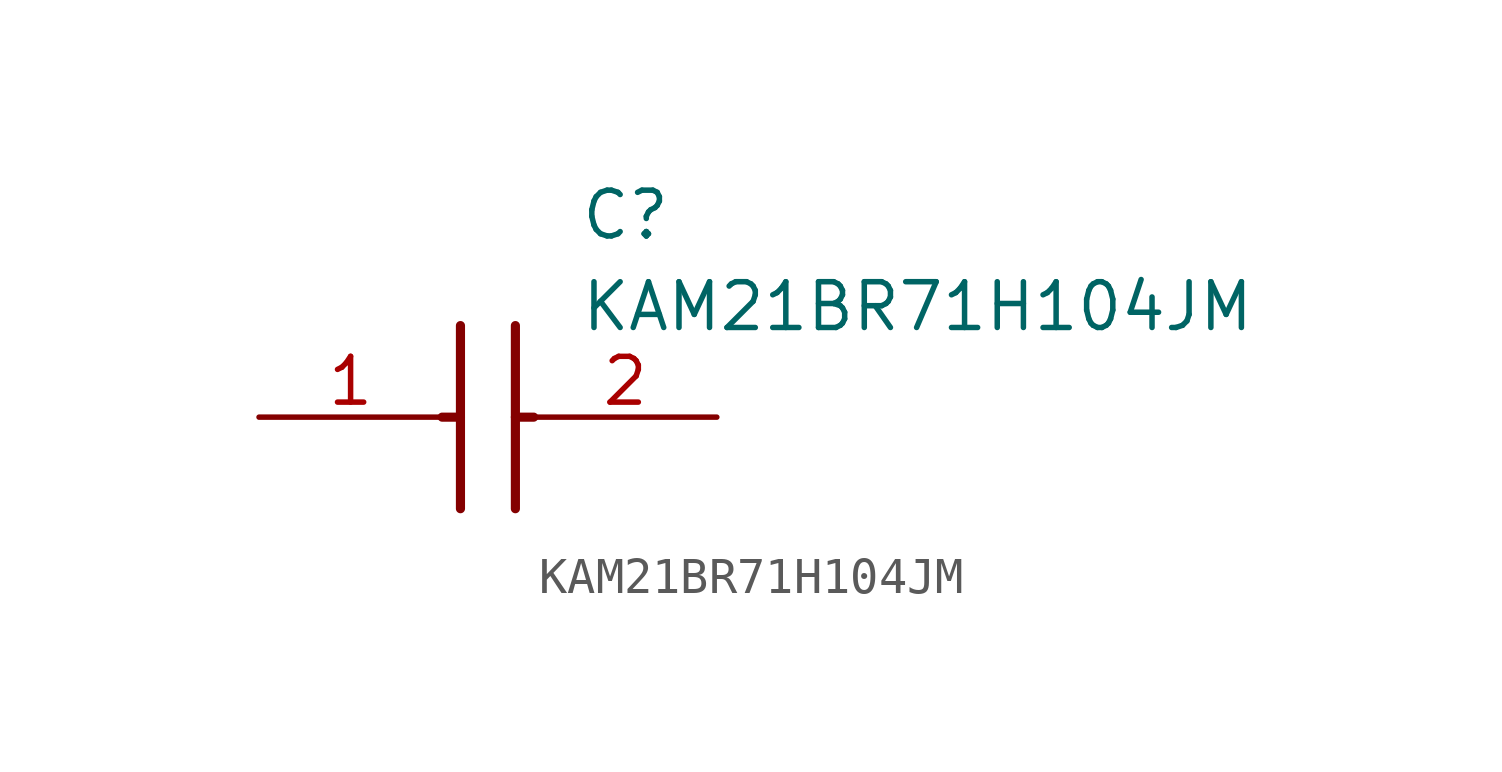
<source format=kicad_sym>
(kicad_symbol_lib
  (version 20211014)
  (generator SamacSys_ECAD_Model)
  (symbol "KAM21BR71H104JM"
    (pin_names hide)
    (property "Reference" "C"
      (at 8.89 6.35 0)
      (effects (font (size 1.27 1.27)) (justify left top)))
    (property "Value" "KAM21BR71H104JM"
      (at 8.89 3.81 0)
      (effects (font (size 1.27 1.27)) (justify left top)))
    (polyline
      (pts (xy 5.588 2.54) (xy 5.588 -2.54))
      (stroke (width 0.254) (type default))
      (fill (type none)))
    (polyline
      (pts (xy 7.112 2.54) (xy 7.112 -2.54))
      (stroke (width 0.254) (type default))
      (fill (type none)))
    (polyline
      (pts (xy 5.08 0) (xy 5.588 0))
      (stroke (width 0.254) (type default))
      (fill (type none)))
    (polyline
      (pts (xy 7.112 0) (xy 7.62 0))
      (stroke (width 0.254) (type default))
      (fill (type none)))
    (pin passive line
      (at 0 0 0)
      (length 5.08)
      (name "1" (effects (font (size 1.27 1.27))))
      (number "1" (effects (font (size 1.27 1.27)))))
    (pin passive line
      (at 12.7 0 180)
      (length 5.08)
      (name "2" (effects (font (size 1.27 1.27))))
      (number "2" (effects (font (size 1.27 1.27)))))))
</source>
